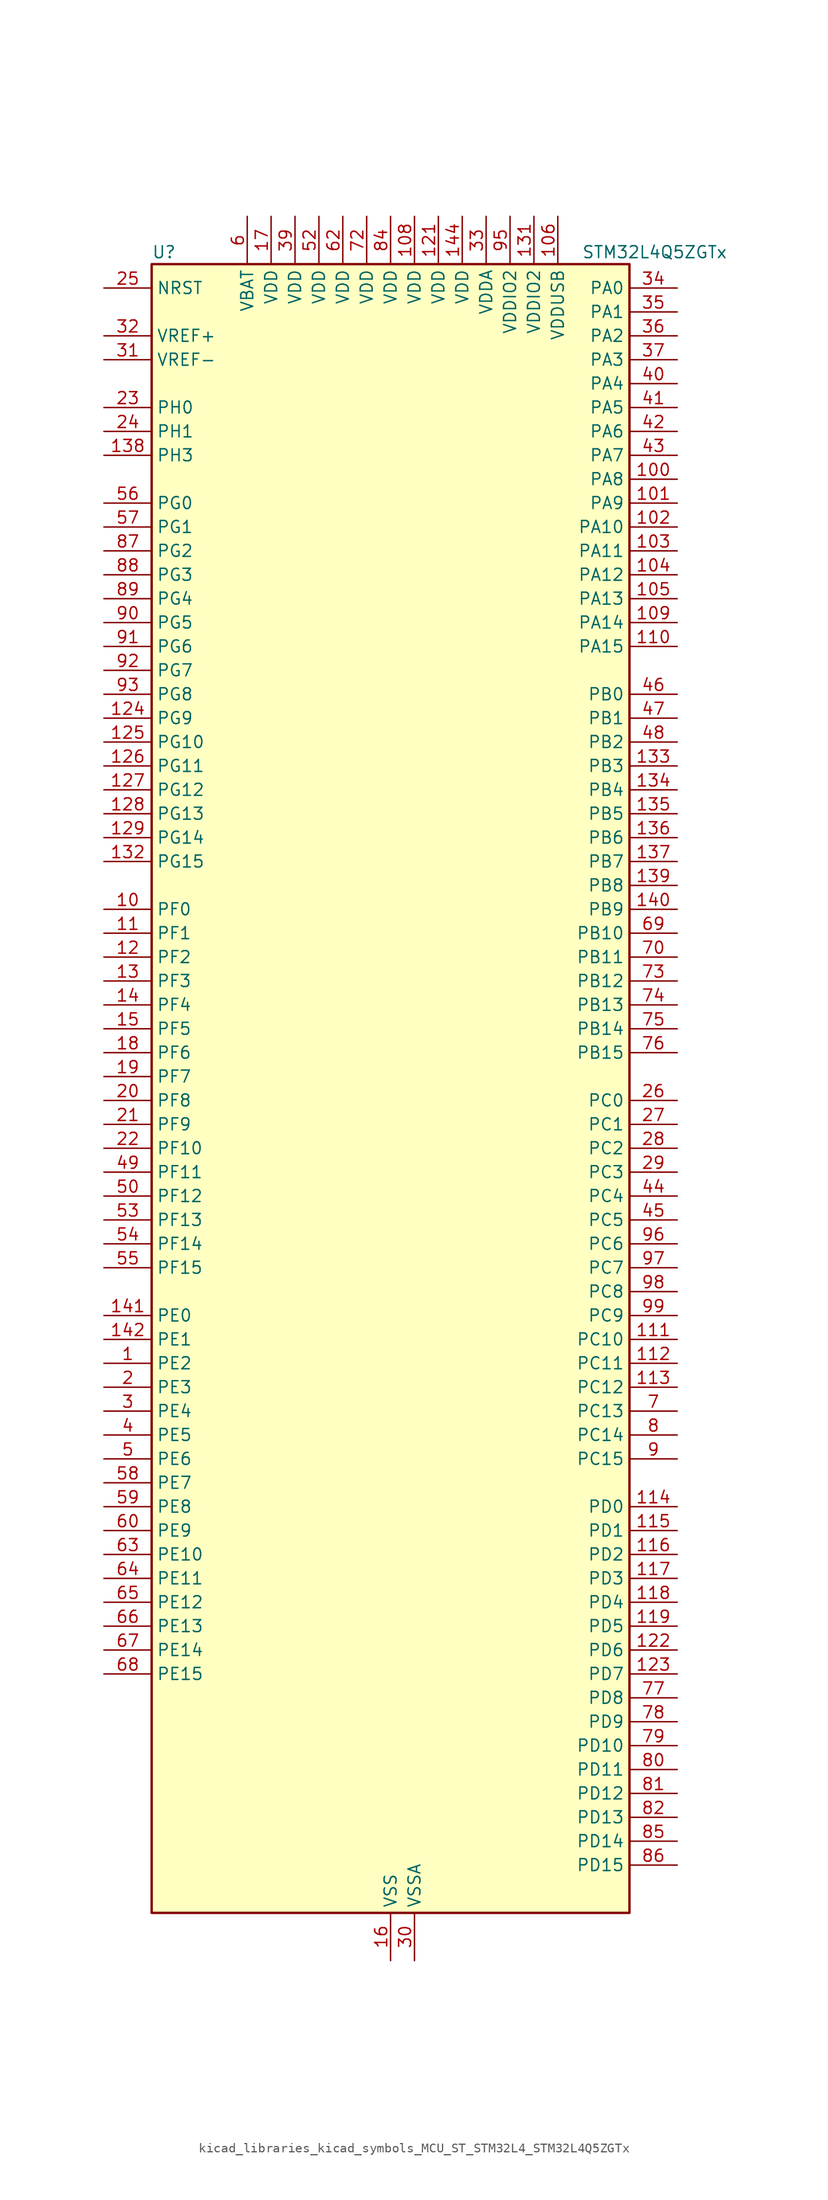
<source format=kicad_sym>
(kicad_symbol_lib
  (version 20220914)
  (generator kicad_symbol_editor)
  (symbol "kicad_libraries_kicad_symbols_MCU_ST_STM32L4_STM32L4Q5ZGTx"
    (property "Reference" "U"
      (at -25.4 90.17 0)
      (effects (font (size 1.27 1.27)) (justify left)))
    (property "Value" "STM32L4Q5ZGTx"
      (at 20.32 90.17 0)
      (effects (font (size 1.27 1.27)) (justify left)))
    (property "ki_locked" ""
      (at 0 0 0)
      (effects (font (size 1.27 1.27))))
    (symbol "kicad_libraries_kicad_symbols_MCU_ST_STM32L4_STM32L4Q5ZGTx_0_1"
      (rectangle (start -25.4 -86.36) (end 25.4 88.9) (stroke (width 0.254) (type default)) (fill (type background))))
    (symbol "kicad_libraries_kicad_symbols_MCU_ST_STM32L4_STM32L4Q5ZGTx_1_1"
      (pin bidirectional line (at -30.48 -27.94 0) (length 5.08) (name "PE2" (effects (font (size 1.27 1.27)))) (number "1" (effects (font (size 1.27 1.27)))) (alternate "FMC_A23" bidirectional line) (alternate "LTDC_R7" bidirectional line) (alternate "SAI1_CK1" bidirectional line) (alternate "SAI1_MCLK_A" bidirectional line) (alternate "SYS_TRACECLK" bidirectional line) (alternate "TIM3_ETR" bidirectional line) (alternate "TSC_G7_IO1" bidirectional line))
      (pin bidirectional line (at -30.48 20.32 0) (length 5.08) (name "PF0" (effects (font (size 1.27 1.27)))) (number "10" (effects (font (size 1.27 1.27)))) (alternate "FMC_A0" bidirectional line) (alternate "I2C2_SDA" bidirectional line) (alternate "OCTOSPIM_P2_IO0" bidirectional line))
      (pin bidirectional line (at 30.48 66.04 180) (length 5.08) (name "PA8" (effects (font (size 1.27 1.27)))) (number "100" (effects (font (size 1.27 1.27)))) (alternate "LPTIM2_OUT" bidirectional line) (alternate "LTDC_B7" bidirectional line) (alternate "RCC_MCO" bidirectional line) (alternate "SAI1_CK2" bidirectional line) (alternate "SAI1_SCK_A" bidirectional line) (alternate "TIM1_CH1" bidirectional line) (alternate "USART1_CK" bidirectional line) (alternate "USB_OTG_FS_SOF" bidirectional line))
      (pin bidirectional line (at 30.48 63.5 180) (length 5.08) (name "PA9" (effects (font (size 1.27 1.27)))) (number "101" (effects (font (size 1.27 1.27)))) (alternate "DAC1_EXTI9" bidirectional line) (alternate "DCMI_D0" bidirectional line) (alternate "LTDC_G7" bidirectional line) (alternate "PSSI_D0" bidirectional line) (alternate "SAI1_FS_A" bidirectional line) (alternate "SPI2_SCK" bidirectional line) (alternate "TIM15_BKIN" bidirectional line) (alternate "TIM1_CH2" bidirectional line) (alternate "USART1_TX" bidirectional line) (alternate "USB_OTG_FS_VBUS" bidirectional line))
      (pin bidirectional line (at 30.48 60.96 180) (length 5.08) (name "PA10" (effects (font (size 1.27 1.27)))) (number "102" (effects (font (size 1.27 1.27)))) (alternate "DCMI_D1" bidirectional line) (alternate "LTDC_G6" bidirectional line) (alternate "PSSI_D1" bidirectional line) (alternate "SAI1_D1" bidirectional line) (alternate "SAI1_SD_A" bidirectional line) (alternate "TIM17_BKIN" bidirectional line) (alternate "TIM1_CH3" bidirectional line) (alternate "USART1_RX" bidirectional line) (alternate "USB_OTG_FS_ID" bidirectional line))
      (pin bidirectional line (at 30.48 58.42 180) (length 5.08) (name "PA11" (effects (font (size 1.27 1.27)))) (number "103" (effects (font (size 1.27 1.27)))) (alternate "ADC1_EXTI11" bidirectional line) (alternate "ADC2_EXTI11" bidirectional line) (alternate "CAN1_RX" bidirectional line) (alternate "LTDC_DE" bidirectional line) (alternate "SPI1_MISO" bidirectional line) (alternate "TIM1_BKIN2" bidirectional line) (alternate "TIM1_CH4" bidirectional line) (alternate "USART1_CTS" bidirectional line) (alternate "USART1_NSS" bidirectional line) (alternate "USB_OTG_FS_DM" bidirectional line))
      (pin bidirectional line (at 30.48 55.88 180) (length 5.08) (name "PA12" (effects (font (size 1.27 1.27)))) (number "104" (effects (font (size 1.27 1.27)))) (alternate "CAN1_TX" bidirectional line) (alternate "LTDC_VSYNC" bidirectional line) (alternate "OCTOSPIM_P2_NCS" bidirectional line) (alternate "SPI1_MOSI" bidirectional line) (alternate "TIM1_ETR" bidirectional line) (alternate "USART1_DE" bidirectional line) (alternate "USART1_RTS" bidirectional line) (alternate "USB_OTG_FS_DP" bidirectional line))
      (pin bidirectional line (at 30.48 53.34 180) (length 5.08) (name "PA13" (effects (font (size 1.27 1.27)))) (number "105" (effects (font (size 1.27 1.27)))) (alternate "IR_OUT" bidirectional line) (alternate "SAI1_SD_B" bidirectional line) (alternate "SYS_JTMS-SWDIO" bidirectional line) (alternate "USB_OTG_FS_NOE" bidirectional line))
      (pin power_in line (at 17.78 93.98 270) (length 5.08) (name "VDDUSB" (effects (font (size 1.27 1.27)))) (number "106" (effects (font (size 1.27 1.27)))))
      (pin passive line (at 0 -91.44 90) (length 5.08) hide (name "VSS" (effects (font (size 1.27 1.27)))) (number "107" (effects (font (size 1.27 1.27)))))
      (pin power_in line (at 2.54 93.98 270) (length 5.08) (name "VDD" (effects (font (size 1.27 1.27)))) (number "108" (effects (font (size 1.27 1.27)))))
      (pin bidirectional line (at 30.48 50.8 180) (length 5.08) (name "PA14" (effects (font (size 1.27 1.27)))) (number "109" (effects (font (size 1.27 1.27)))) (alternate "I2C1_SMBA" bidirectional line) (alternate "I2C4_SMBA" bidirectional line) (alternate "LPTIM1_OUT" bidirectional line) (alternate "SAI1_FS_B" bidirectional line) (alternate "SYS_JTCK-SWCLK" bidirectional line) (alternate "USB_OTG_FS_SOF" bidirectional line))
      (pin bidirectional line (at -30.48 17.78 0) (length 5.08) (name "PF1" (effects (font (size 1.27 1.27)))) (number "11" (effects (font (size 1.27 1.27)))) (alternate "FMC_A1" bidirectional line) (alternate "I2C2_SCL" bidirectional line) (alternate "OCTOSPIM_P2_IO1" bidirectional line))
      (pin bidirectional line (at 30.48 48.26 180) (length 5.08) (name "PA15" (effects (font (size 1.27 1.27)))) (number "110" (effects (font (size 1.27 1.27)))) (alternate "ADC1_EXTI15" bidirectional line) (alternate "ADC2_EXTI15" bidirectional line) (alternate "LTDC_HSYNC" bidirectional line) (alternate "SAI2_FS_B" bidirectional line) (alternate "SPI1_NSS" bidirectional line) (alternate "SPI3_NSS" bidirectional line) (alternate "SYS_JTDI" bidirectional line) (alternate "TIM2_CH1" bidirectional line) (alternate "TIM2_ETR" bidirectional line) (alternate "TSC_G3_IO1" bidirectional line) (alternate "UART4_DE" bidirectional line) (alternate "UART4_RTS" bidirectional line) (alternate "USART2_RX" bidirectional line) (alternate "USART3_DE" bidirectional line) (alternate "USART3_RTS" bidirectional line))
      (pin bidirectional line (at 30.48 -25.4 180) (length 5.08) (name "PC10" (effects (font (size 1.27 1.27)))) (number "111" (effects (font (size 1.27 1.27)))) (alternate "DCMI_D8" bidirectional line) (alternate "DCMI_VSYNC" bidirectional line) (alternate "PSSI_D8" bidirectional line) (alternate "PSSI_RDY" bidirectional line) (alternate "SAI2_SCK_B" bidirectional line) (alternate "SDMMC1_D2" bidirectional line) (alternate "SPI3_SCK" bidirectional line) (alternate "SYS_TRACED1" bidirectional line) (alternate "TSC_G3_IO2" bidirectional line) (alternate "UART4_TX" bidirectional line) (alternate "USART3_TX" bidirectional line))
      (pin bidirectional line (at 30.48 -27.94 180) (length 5.08) (name "PC11" (effects (font (size 1.27 1.27)))) (number "112" (effects (font (size 1.27 1.27)))) (alternate "ADC1_EXTI11" bidirectional line) (alternate "ADC2_EXTI11" bidirectional line) (alternate "DCMI_D2" bidirectional line) (alternate "DCMI_D4" bidirectional line) (alternate "OCTOSPIM_P1_NCS" bidirectional line) (alternate "PSSI_D2" bidirectional line) (alternate "PSSI_D4" bidirectional line) (alternate "SAI2_MCLK_B" bidirectional line) (alternate "SDMMC1_D3" bidirectional line) (alternate "SPI3_MISO" bidirectional line) (alternate "TSC_G3_IO3" bidirectional line) (alternate "UART4_RX" bidirectional line) (alternate "USART3_RX" bidirectional line))
      (pin bidirectional line (at 30.48 -30.48 180) (length 5.08) (name "PC12" (effects (font (size 1.27 1.27)))) (number "113" (effects (font (size 1.27 1.27)))) (alternate "DCMI_D9" bidirectional line) (alternate "LTDC_R6" bidirectional line) (alternate "PSSI_D9" bidirectional line) (alternate "SAI2_SD_B" bidirectional line) (alternate "SDMMC1_CK" bidirectional line) (alternate "SPI3_MOSI" bidirectional line) (alternate "SYS_TRACED3" bidirectional line) (alternate "TSC_G3_IO4" bidirectional line) (alternate "UART5_TX" bidirectional line) (alternate "USART3_CK" bidirectional line))
      (pin bidirectional line (at 30.48 -43.18 180) (length 5.08) (name "PD0" (effects (font (size 1.27 1.27)))) (number "114" (effects (font (size 1.27 1.27)))) (alternate "CAN1_RX" bidirectional line) (alternate "FMC_D2" bidirectional line) (alternate "FMC_DA2" bidirectional line) (alternate "LTDC_B4" bidirectional line) (alternate "SPI2_NSS" bidirectional line))
      (pin bidirectional line (at 30.48 -45.72 180) (length 5.08) (name "PD1" (effects (font (size 1.27 1.27)))) (number "115" (effects (font (size 1.27 1.27)))) (alternate "CAN1_TX" bidirectional line) (alternate "FMC_D3" bidirectional line) (alternate "FMC_DA3" bidirectional line) (alternate "LTDC_B5" bidirectional line) (alternate "SPI2_SCK" bidirectional line))
      (pin bidirectional line (at 30.48 -48.26 180) (length 5.08) (name "PD2" (effects (font (size 1.27 1.27)))) (number "116" (effects (font (size 1.27 1.27)))) (alternate "DCMI_D11" bidirectional line) (alternate "PSSI_D11" bidirectional line) (alternate "SDMMC1_CMD" bidirectional line) (alternate "SYS_TRACED2" bidirectional line) (alternate "TIM3_ETR" bidirectional line) (alternate "TSC_SYNC" bidirectional line) (alternate "UART5_RX" bidirectional line) (alternate "USART3_DE" bidirectional line) (alternate "USART3_RTS" bidirectional line))
      (pin bidirectional line (at 30.48 -50.8 180) (length 5.08) (name "PD3" (effects (font (size 1.27 1.27)))) (number "117" (effects (font (size 1.27 1.27)))) (alternate "DCMI_D5" bidirectional line) (alternate "DFSDM1_DATIN0" bidirectional line) (alternate "FMC_CLK" bidirectional line) (alternate "LTDC_CLK" bidirectional line) (alternate "OCTOSPIM_P2_NCS" bidirectional line) (alternate "PSSI_D5" bidirectional line) (alternate "SPI2_MISO" bidirectional line) (alternate "SPI2_SCK" bidirectional line) (alternate "USART2_CTS" bidirectional line) (alternate "USART2_NSS" bidirectional line))
      (pin bidirectional line (at 30.48 -53.34 180) (length 5.08) (name "PD4" (effects (font (size 1.27 1.27)))) (number "118" (effects (font (size 1.27 1.27)))) (alternate "DFSDM1_CKIN0" bidirectional line) (alternate "FMC_NOE" bidirectional line) (alternate "OCTOSPIM_P1_IO4" bidirectional line) (alternate "SDMMC2_CKIN" bidirectional line) (alternate "SPI2_MOSI" bidirectional line) (alternate "USART2_DE" bidirectional line) (alternate "USART2_RTS" bidirectional line))
      (pin bidirectional line (at 30.48 -55.88 180) (length 5.08) (name "PD5" (effects (font (size 1.27 1.27)))) (number "119" (effects (font (size 1.27 1.27)))) (alternate "FMC_NWE" bidirectional line) (alternate "OCTOSPIM_P1_IO5" bidirectional line) (alternate "USART2_TX" bidirectional line))
      (pin bidirectional line (at -30.48 15.24 0) (length 5.08) (name "PF2" (effects (font (size 1.27 1.27)))) (number "12" (effects (font (size 1.27 1.27)))) (alternate "FMC_A2" bidirectional line) (alternate "I2C2_SMBA" bidirectional line) (alternate "OCTOSPIM_P2_IO2" bidirectional line))
      (pin passive line (at 0 -91.44 90) (length 5.08) hide (name "VSS" (effects (font (size 1.27 1.27)))) (number "120" (effects (font (size 1.27 1.27)))))
      (pin power_in line (at 5.08 93.98 270) (length 5.08) (name "VDD" (effects (font (size 1.27 1.27)))) (number "121" (effects (font (size 1.27 1.27)))))
      (pin bidirectional line (at 30.48 -58.42 180) (length 5.08) (name "PD6" (effects (font (size 1.27 1.27)))) (number "122" (effects (font (size 1.27 1.27)))) (alternate "DCMI_D10" bidirectional line) (alternate "DFSDM1_DATIN1" bidirectional line) (alternate "FMC_NWAIT" bidirectional line) (alternate "LTDC_DE" bidirectional line) (alternate "OCTOSPIM_P1_IO6" bidirectional line) (alternate "PSSI_D10" bidirectional line) (alternate "SAI1_D1" bidirectional line) (alternate "SAI1_SD_A" bidirectional line) (alternate "SDMMC2_CK" bidirectional line) (alternate "SPI3_MOSI" bidirectional line) (alternate "USART2_RX" bidirectional line))
      (pin bidirectional line (at 30.48 -60.96 180) (length 5.08) (name "PD7" (effects (font (size 1.27 1.27)))) (number "123" (effects (font (size 1.27 1.27)))) (alternate "DFSDM1_CKIN1" bidirectional line) (alternate "FMC_NCE" bidirectional line) (alternate "FMC_NE1" bidirectional line) (alternate "OCTOSPIM_P1_IO7" bidirectional line) (alternate "SDMMC2_CMD" bidirectional line) (alternate "USART2_CK" bidirectional line))
      (pin bidirectional line (at -30.48 40.64 0) (length 5.08) (name "PG9" (effects (font (size 1.27 1.27)))) (number "124" (effects (font (size 1.27 1.27)))) (alternate "DAC1_EXTI9" bidirectional line) (alternate "FMC_NCE" bidirectional line) (alternate "FMC_NE2" bidirectional line) (alternate "OCTOSPIM_P2_IO6" bidirectional line) (alternate "SAI2_SCK_A" bidirectional line) (alternate "SDMMC2_D0" bidirectional line) (alternate "SPI3_SCK" bidirectional line) (alternate "TIM15_CH1N" bidirectional line) (alternate "USART1_TX" bidirectional line))
      (pin bidirectional line (at -30.48 38.1 0) (length 5.08) (name "PG10" (effects (font (size 1.27 1.27)))) (number "125" (effects (font (size 1.27 1.27)))) (alternate "FMC_NE3" bidirectional line) (alternate "LPTIM1_IN1" bidirectional line) (alternate "OCTOSPIM_P2_IO7" bidirectional line) (alternate "SAI2_FS_A" bidirectional line) (alternate "SDMMC2_D1" bidirectional line) (alternate "SPI3_MISO" bidirectional line) (alternate "TIM15_CH1" bidirectional line) (alternate "USART1_RX" bidirectional line))
      (pin bidirectional line (at -30.48 35.56 0) (length 5.08) (name "PG11" (effects (font (size 1.27 1.27)))) (number "126" (effects (font (size 1.27 1.27)))) (alternate "ADC1_EXTI11" bidirectional line) (alternate "ADC2_EXTI11" bidirectional line) (alternate "LPTIM1_IN2" bidirectional line) (alternate "OCTOSPIM_P1_IO5" bidirectional line) (alternate "SAI2_MCLK_A" bidirectional line) (alternate "SDMMC2_D2" bidirectional line) (alternate "SPI3_MOSI" bidirectional line) (alternate "TIM15_CH2" bidirectional line) (alternate "USART1_CTS" bidirectional line) (alternate "USART1_NSS" bidirectional line))
      (pin bidirectional line (at -30.48 33.02 0) (length 5.08) (name "PG12" (effects (font (size 1.27 1.27)))) (number "127" (effects (font (size 1.27 1.27)))) (alternate "FMC_NE4" bidirectional line) (alternate "LPTIM1_ETR" bidirectional line) (alternate "OCTOSPIM_P2_NCS" bidirectional line) (alternate "SAI2_SD_A" bidirectional line) (alternate "SDMMC2_D3" bidirectional line) (alternate "SPI3_NSS" bidirectional line) (alternate "USART1_DE" bidirectional line) (alternate "USART1_RTS" bidirectional line))
      (pin bidirectional line (at -30.48 30.48 0) (length 5.08) (name "PG13" (effects (font (size 1.27 1.27)))) (number "128" (effects (font (size 1.27 1.27)))) (alternate "FMC_A24" bidirectional line) (alternate "I2C1_SDA" bidirectional line) (alternate "LTDC_R0" bidirectional line) (alternate "USART1_CK" bidirectional line))
      (pin bidirectional line (at -30.48 27.94 0) (length 5.08) (name "PG14" (effects (font (size 1.27 1.27)))) (number "129" (effects (font (size 1.27 1.27)))) (alternate "FMC_A25" bidirectional line) (alternate "I2C1_SCL" bidirectional line) (alternate "LTDC_R1" bidirectional line))
      (pin bidirectional line (at -30.48 12.7 0) (length 5.08) (name "PF3" (effects (font (size 1.27 1.27)))) (number "13" (effects (font (size 1.27 1.27)))) (alternate "FMC_A3" bidirectional line) (alternate "OCTOSPIM_P2_IO3" bidirectional line))
      (pin passive line (at 0 -91.44 90) (length 5.08) hide (name "VSS" (effects (font (size 1.27 1.27)))) (number "130" (effects (font (size 1.27 1.27)))))
      (pin power_in line (at 15.24 93.98 270) (length 5.08) (name "VDDIO2" (effects (font (size 1.27 1.27)))) (number "131" (effects (font (size 1.27 1.27)))))
      (pin bidirectional line (at -30.48 25.4 0) (length 5.08) (name "PG15" (effects (font (size 1.27 1.27)))) (number "132" (effects (font (size 1.27 1.27)))) (alternate "ADC1_EXTI15" bidirectional line) (alternate "ADC2_EXTI15" bidirectional line) (alternate "DCMI_D13" bidirectional line) (alternate "I2C1_SMBA" bidirectional line) (alternate "LPTIM1_OUT" bidirectional line) (alternate "OCTOSPIM_P2_DQS" bidirectional line) (alternate "PSSI_D13" bidirectional line))
      (pin bidirectional line (at 30.48 35.56 180) (length 5.08) (name "PB3" (effects (font (size 1.27 1.27)))) (number "133" (effects (font (size 1.27 1.27)))) (alternate "COMP2_INM" bidirectional line) (alternate "CRS_SYNC" bidirectional line) (alternate "OCTOSPIM_P1_IO4" bidirectional line) (alternate "SAI1_SCK_B" bidirectional line) (alternate "SDMMC2_D2" bidirectional line) (alternate "SPI1_SCK" bidirectional line) (alternate "SPI3_SCK" bidirectional line) (alternate "SYS_JTDO-SWO" bidirectional line) (alternate "TIM2_CH2" bidirectional line) (alternate "USART1_DE" bidirectional line) (alternate "USART1_RTS" bidirectional line))
      (pin bidirectional line (at 30.48 33.02 180) (length 5.08) (name "PB4" (effects (font (size 1.27 1.27)))) (number "134" (effects (font (size 1.27 1.27)))) (alternate "COMP2_INP" bidirectional line) (alternate "DCMI_D12" bidirectional line) (alternate "I2C3_SDA" bidirectional line) (alternate "OCTOSPIM_P1_IO5" bidirectional line) (alternate "PSSI_D12" bidirectional line) (alternate "SAI1_MCLK_B" bidirectional line) (alternate "SDMMC2_D3" bidirectional line) (alternate "SPI1_MISO" bidirectional line) (alternate "SPI3_MISO" bidirectional line) (alternate "SYS_JTRST" bidirectional line) (alternate "TIM17_BKIN" bidirectional line) (alternate "TIM3_CH1" bidirectional line) (alternate "TSC_G2_IO1" bidirectional line) (alternate "UART5_DE" bidirectional line) (alternate "UART5_RTS" bidirectional line) (alternate "USART1_CTS" bidirectional line) (alternate "USART1_NSS" bidirectional line))
      (pin bidirectional line (at 30.48 30.48 180) (length 5.08) (name "PB5" (effects (font (size 1.27 1.27)))) (number "135" (effects (font (size 1.27 1.27)))) (alternate "COMP2_OUT" bidirectional line) (alternate "DCMI_D10" bidirectional line) (alternate "I2C1_SMBA" bidirectional line) (alternate "LPTIM1_IN1" bidirectional line) (alternate "OCTOSPIM_P1_IO0" bidirectional line) (alternate "PSSI_D10" bidirectional line) (alternate "SAI1_SD_B" bidirectional line) (alternate "SPI1_MOSI" bidirectional line) (alternate "SPI3_MOSI" bidirectional line) (alternate "TIM16_BKIN" bidirectional line) (alternate "TIM3_CH2" bidirectional line) (alternate "TSC_G2_IO2" bidirectional line) (alternate "UART5_CTS" bidirectional line) (alternate "USART1_CK" bidirectional line))
      (pin bidirectional line (at 30.48 27.94 180) (length 5.08) (name "PB6" (effects (font (size 1.27 1.27)))) (number "136" (effects (font (size 1.27 1.27)))) (alternate "COMP2_INP" bidirectional line) (alternate "DCMI_D5" bidirectional line) (alternate "I2C1_SCL" bidirectional line) (alternate "I2C4_SCL" bidirectional line) (alternate "LPTIM1_ETR" bidirectional line) (alternate "LTDC_R6" bidirectional line) (alternate "PSSI_D5" bidirectional line) (alternate "SAI1_FS_B" bidirectional line) (alternate "TIM16_CH1N" bidirectional line) (alternate "TIM4_CH1" bidirectional line) (alternate "TIM8_BKIN2" bidirectional line) (alternate "TSC_G2_IO3" bidirectional line) (alternate "USART1_TX" bidirectional line))
      (pin bidirectional line (at 30.48 25.4 180) (length 5.08) (name "PB7" (effects (font (size 1.27 1.27)))) (number "137" (effects (font (size 1.27 1.27)))) (alternate "COMP2_INM" bidirectional line) (alternate "DCMI_VSYNC" bidirectional line) (alternate "FMC_NL" bidirectional line) (alternate "I2C1_SDA" bidirectional line) (alternate "I2C4_SDA" bidirectional line) (alternate "LPTIM1_IN2" bidirectional line) (alternate "LTDC_VSYNC" bidirectional line) (alternate "PSSI_RDY" bidirectional line) (alternate "SYS_PVD_IN" bidirectional line) (alternate "TIM17_CH1N" bidirectional line) (alternate "TIM4_CH2" bidirectional line) (alternate "TIM8_BKIN" bidirectional line) (alternate "TSC_G2_IO4" bidirectional line) (alternate "UART4_CTS" bidirectional line) (alternate "USART1_RX" bidirectional line))
      (pin bidirectional line (at -30.48 68.58 0) (length 5.08) (name "PH3" (effects (font (size 1.27 1.27)))) (number "138" (effects (font (size 1.27 1.27)))))
      (pin bidirectional line (at 30.48 22.86 180) (length 5.08) (name "PB8" (effects (font (size 1.27 1.27)))) (number "139" (effects (font (size 1.27 1.27)))) (alternate "CAN1_RX" bidirectional line) (alternate "DCMI_D6" bidirectional line) (alternate "DFSDM1_CKOUT" bidirectional line) (alternate "I2C1_SCL" bidirectional line) (alternate "LTDC_DE" bidirectional line) (alternate "PSSI_D6" bidirectional line) (alternate "SAI1_CK1" bidirectional line) (alternate "SAI1_MCLK_A" bidirectional line) (alternate "SDMMC1_CKIN" bidirectional line) (alternate "SDMMC1_D4" bidirectional line) (alternate "SDMMC2_D4" bidirectional line) (alternate "TIM16_CH1" bidirectional line) (alternate "TIM4_CH3" bidirectional line))
      (pin bidirectional line (at -30.48 10.16 0) (length 5.08) (name "PF4" (effects (font (size 1.27 1.27)))) (number "14" (effects (font (size 1.27 1.27)))) (alternate "FMC_A4" bidirectional line) (alternate "OCTOSPIM_P2_CLK" bidirectional line))
      (pin bidirectional line (at 30.48 20.32 180) (length 5.08) (name "PB9" (effects (font (size 1.27 1.27)))) (number "140" (effects (font (size 1.27 1.27)))) (alternate "CAN1_TX" bidirectional line) (alternate "DAC1_EXTI9" bidirectional line) (alternate "DCMI_D7" bidirectional line) (alternate "I2C1_SDA" bidirectional line) (alternate "IR_OUT" bidirectional line) (alternate "PSSI_D7" bidirectional line) (alternate "SAI1_D2" bidirectional line) (alternate "SAI1_FS_A" bidirectional line) (alternate "SDMMC1_CDIR" bidirectional line) (alternate "SDMMC1_D5" bidirectional line) (alternate "SDMMC2_D5" bidirectional line) (alternate "SPI2_NSS" bidirectional line) (alternate "TIM17_CH1" bidirectional line) (alternate "TIM4_CH4" bidirectional line))
      (pin bidirectional line (at -30.48 -22.86 0) (length 5.08) (name "PE0" (effects (font (size 1.27 1.27)))) (number "141" (effects (font (size 1.27 1.27)))) (alternate "DCMI_D2" bidirectional line) (alternate "FMC_NBL0" bidirectional line) (alternate "LTDC_HSYNC" bidirectional line) (alternate "PSSI_D2" bidirectional line) (alternate "TIM16_CH1" bidirectional line) (alternate "TIM4_ETR" bidirectional line))
      (pin bidirectional line (at -30.48 -25.4 0) (length 5.08) (name "PE1" (effects (font (size 1.27 1.27)))) (number "142" (effects (font (size 1.27 1.27)))) (alternate "DCMI_D3" bidirectional line) (alternate "FMC_NBL1" bidirectional line) (alternate "LTDC_VSYNC" bidirectional line) (alternate "PSSI_D3" bidirectional line) (alternate "TIM17_CH1" bidirectional line))
      (pin passive line (at 0 -91.44 90) (length 5.08) hide (name "VSS" (effects (font (size 1.27 1.27)))) (number "143" (effects (font (size 1.27 1.27)))))
      (pin power_in line (at 7.62 93.98 270) (length 5.08) (name "VDD" (effects (font (size 1.27 1.27)))) (number "144" (effects (font (size 1.27 1.27)))))
      (pin bidirectional line (at -30.48 7.62 0) (length 5.08) (name "PF5" (effects (font (size 1.27 1.27)))) (number "15" (effects (font (size 1.27 1.27)))) (alternate "FMC_A5" bidirectional line) (alternate "OCTOSPIM_P2_NCLK" bidirectional line))
      (pin power_in line (at 0 -91.44 90) (length 5.08) (name "VSS" (effects (font (size 1.27 1.27)))) (number "16" (effects (font (size 1.27 1.27)))))
      (pin power_in line (at -12.7 93.98 270) (length 5.08) (name "VDD" (effects (font (size 1.27 1.27)))) (number "17" (effects (font (size 1.27 1.27)))))
      (pin bidirectional line (at -30.48 5.08 0) (length 5.08) (name "PF6" (effects (font (size 1.27 1.27)))) (number "18" (effects (font (size 1.27 1.27)))) (alternate "OCTOSPIM_P1_IO3" bidirectional line) (alternate "SAI1_SD_B" bidirectional line) (alternate "TIM5_CH1" bidirectional line) (alternate "TIM5_ETR" bidirectional line))
      (pin bidirectional line (at -30.48 2.54 0) (length 5.08) (name "PF7" (effects (font (size 1.27 1.27)))) (number "19" (effects (font (size 1.27 1.27)))) (alternate "OCTOSPIM_P1_IO2" bidirectional line) (alternate "SAI1_MCLK_B" bidirectional line) (alternate "TIM5_CH2" bidirectional line))
      (pin bidirectional line (at -30.48 -30.48 0) (length 5.08) (name "PE3" (effects (font (size 1.27 1.27)))) (number "2" (effects (font (size 1.27 1.27)))) (alternate "FMC_A19" bidirectional line) (alternate "LTDC_R6" bidirectional line) (alternate "OCTOSPIM_P1_DQS" bidirectional line) (alternate "SAI1_SD_B" bidirectional line) (alternate "SYS_TRACED0" bidirectional line) (alternate "TIM3_CH1" bidirectional line) (alternate "TSC_G7_IO2" bidirectional line))
      (pin bidirectional line (at -30.48 0 0) (length 5.08) (name "PF8" (effects (font (size 1.27 1.27)))) (number "20" (effects (font (size 1.27 1.27)))) (alternate "OCTOSPIM_P1_IO0" bidirectional line) (alternate "SAI1_SCK_B" bidirectional line) (alternate "TIM5_CH3" bidirectional line))
      (pin bidirectional line (at -30.48 -2.54 0) (length 5.08) (name "PF9" (effects (font (size 1.27 1.27)))) (number "21" (effects (font (size 1.27 1.27)))) (alternate "DAC1_EXTI9" bidirectional line) (alternate "OCTOSPIM_P1_IO1" bidirectional line) (alternate "SAI1_FS_B" bidirectional line) (alternate "TIM15_CH1" bidirectional line) (alternate "TIM5_CH4" bidirectional line))
      (pin bidirectional line (at -30.48 -5.08 0) (length 5.08) (name "PF10" (effects (font (size 1.27 1.27)))) (number "22" (effects (font (size 1.27 1.27)))) (alternate "DCMI_D11" bidirectional line) (alternate "DFSDM1_CKOUT" bidirectional line) (alternate "OCTOSPIM_P1_CLK" bidirectional line) (alternate "PSSI_D11" bidirectional line) (alternate "PSSI_D15" bidirectional line) (alternate "SAI1_D3" bidirectional line) (alternate "TIM15_CH2" bidirectional line))
      (pin bidirectional line (at -30.48 73.66 0) (length 5.08) (name "PH0" (effects (font (size 1.27 1.27)))) (number "23" (effects (font (size 1.27 1.27)))) (alternate "RCC_OSC_IN" bidirectional line))
      (pin bidirectional line (at -30.48 71.12 0) (length 5.08) (name "PH1" (effects (font (size 1.27 1.27)))) (number "24" (effects (font (size 1.27 1.27)))) (alternate "RCC_OSC_OUT" bidirectional line))
      (pin input line (at -30.48 86.36 0) (length 5.08) (name "NRST" (effects (font (size 1.27 1.27)))) (number "25" (effects (font (size 1.27 1.27)))))
      (pin bidirectional line (at 30.48 0 180) (length 5.08) (name "PC0" (effects (font (size 1.27 1.27)))) (number "26" (effects (font (size 1.27 1.27)))) (alternate "ADC1_IN1" bidirectional line) (alternate "ADC2_IN1" bidirectional line) (alternate "I2C3_SCL" bidirectional line) (alternate "LPTIM1_IN1" bidirectional line) (alternate "LPTIM2_IN1" bidirectional line) (alternate "LPUART1_RX" bidirectional line) (alternate "LTDC_DE" bidirectional line) (alternate "SAI2_FS_A" bidirectional line) (alternate "SDMMC1_CMD" bidirectional line) (alternate "SDMMC2_CKIN" bidirectional line))
      (pin bidirectional line (at 30.48 -2.54 180) (length 5.08) (name "PC1" (effects (font (size 1.27 1.27)))) (number "27" (effects (font (size 1.27 1.27)))) (alternate "ADC1_IN2" bidirectional line) (alternate "ADC2_IN2" bidirectional line) (alternate "I2C3_SDA" bidirectional line) (alternate "LPTIM1_OUT" bidirectional line) (alternate "LPUART1_TX" bidirectional line) (alternate "OCTOSPIM_P1_IO4" bidirectional line) (alternate "SAI1_SD_A" bidirectional line) (alternate "SPI2_MOSI" bidirectional line) (alternate "SYS_TRACED0" bidirectional line))
      (pin bidirectional line (at 30.48 -5.08 180) (length 5.08) (name "PC2" (effects (font (size 1.27 1.27)))) (number "28" (effects (font (size 1.27 1.27)))) (alternate "ADC1_IN3" bidirectional line) (alternate "ADC2_IN3" bidirectional line) (alternate "DFSDM1_CKOUT" bidirectional line) (alternate "LPTIM1_IN2" bidirectional line) (alternate "LTDC_HSYNC" bidirectional line) (alternate "OCTOSPIM_P1_IO5" bidirectional line) (alternate "SPI2_MISO" bidirectional line))
      (pin bidirectional line (at 30.48 -7.62 180) (length 5.08) (name "PC3" (effects (font (size 1.27 1.27)))) (number "29" (effects (font (size 1.27 1.27)))) (alternate "ADC1_IN4" bidirectional line) (alternate "ADC2_IN4" bidirectional line) (alternate "LPTIM1_ETR" bidirectional line) (alternate "LPTIM2_ETR" bidirectional line) (alternate "OCTOSPIM_P1_IO6" bidirectional line) (alternate "SAI1_D1" bidirectional line) (alternate "SAI1_SD_A" bidirectional line) (alternate "SPI2_MOSI" bidirectional line))
      (pin bidirectional line (at -30.48 -33.02 0) (length 5.08) (name "PE4" (effects (font (size 1.27 1.27)))) (number "3" (effects (font (size 1.27 1.27)))) (alternate "DCMI_D4" bidirectional line) (alternate "DFSDM1_DATIN3" bidirectional line) (alternate "FMC_A20" bidirectional line) (alternate "LTDC_B7" bidirectional line) (alternate "PSSI_D4" bidirectional line) (alternate "SAI1_D2" bidirectional line) (alternate "SAI1_FS_A" bidirectional line) (alternate "SYS_TRACED1" bidirectional line) (alternate "TIM3_CH2" bidirectional line) (alternate "TSC_G7_IO3" bidirectional line))
      (pin power_in line (at 2.54 -91.44 90) (length 5.08) (name "VSSA" (effects (font (size 1.27 1.27)))) (number "30" (effects (font (size 1.27 1.27)))))
      (pin input line (at -30.48 78.74 0) (length 5.08) (name "VREF-" (effects (font (size 1.27 1.27)))) (number "31" (effects (font (size 1.27 1.27)))))
      (pin input line (at -30.48 81.28 0) (length 5.08) (name "VREF+" (effects (font (size 1.27 1.27)))) (number "32" (effects (font (size 1.27 1.27)))) (alternate "VREFBUF_OUT" bidirectional line))
      (pin power_in line (at 10.16 93.98 270) (length 5.08) (name "VDDA" (effects (font (size 1.27 1.27)))) (number "33" (effects (font (size 1.27 1.27)))))
      (pin bidirectional line (at 30.48 86.36 180) (length 5.08) (name "PA0" (effects (font (size 1.27 1.27)))) (number "34" (effects (font (size 1.27 1.27)))) (alternate "ADC1_IN5" bidirectional line) (alternate "ADC2_IN5" bidirectional line) (alternate "OPAMP1_VINP" bidirectional line) (alternate "RTC_TAMP2" bidirectional line) (alternate "SAI1_EXTCLK" bidirectional line) (alternate "SYS_WKUP1" bidirectional line) (alternate "TIM2_CH1" bidirectional line) (alternate "TIM2_ETR" bidirectional line) (alternate "TIM5_CH1" bidirectional line) (alternate "TIM8_ETR" bidirectional line) (alternate "UART4_TX" bidirectional line) (alternate "USART2_CTS" bidirectional line) (alternate "USART2_NSS" bidirectional line))
      (pin bidirectional line (at 30.48 83.82 180) (length 5.08) (name "PA1" (effects (font (size 1.27 1.27)))) (number "35" (effects (font (size 1.27 1.27)))) (alternate "ADC1_IN6" bidirectional line) (alternate "ADC2_IN6" bidirectional line) (alternate "I2C1_SMBA" bidirectional line) (alternate "OCTOSPIM_P1_DQS" bidirectional line) (alternate "OPAMP1_VINM" bidirectional line) (alternate "SDMMC2_CMD" bidirectional line) (alternate "SPI1_SCK" bidirectional line) (alternate "TIM15_CH1N" bidirectional line) (alternate "TIM2_CH2" bidirectional line) (alternate "TIM5_CH2" bidirectional line) (alternate "UART4_RX" bidirectional line) (alternate "USART2_DE" bidirectional line) (alternate "USART2_RTS" bidirectional line))
      (pin bidirectional line (at 30.48 81.28 180) (length 5.08) (name "PA2" (effects (font (size 1.27 1.27)))) (number "36" (effects (font (size 1.27 1.27)))) (alternate "ADC1_IN7" bidirectional line) (alternate "ADC2_IN7" bidirectional line) (alternate "LPUART1_TX" bidirectional line) (alternate "OCTOSPIM_P1_NCS" bidirectional line) (alternate "RCC_LSCO" bidirectional line) (alternate "SAI2_EXTCLK" bidirectional line) (alternate "SYS_WKUP4" bidirectional line) (alternate "TIM15_CH1" bidirectional line) (alternate "TIM2_CH3" bidirectional line) (alternate "TIM5_CH3" bidirectional line) (alternate "USART2_TX" bidirectional line))
      (pin bidirectional line (at 30.48 78.74 180) (length 5.08) (name "PA3" (effects (font (size 1.27 1.27)))) (number "37" (effects (font (size 1.27 1.27)))) (alternate "ADC1_IN8" bidirectional line) (alternate "ADC2_IN8" bidirectional line) (alternate "LPUART1_RX" bidirectional line) (alternate "OCTOSPIM_P1_CLK" bidirectional line) (alternate "OPAMP1_VOUT" bidirectional line) (alternate "SAI1_CK1" bidirectional line) (alternate "SAI1_MCLK_A" bidirectional line) (alternate "TIM15_CH2" bidirectional line) (alternate "TIM2_CH4" bidirectional line) (alternate "TIM5_CH4" bidirectional line) (alternate "USART2_RX" bidirectional line))
      (pin passive line (at 0 -91.44 90) (length 5.08) hide (name "VSS" (effects (font (size 1.27 1.27)))) (number "38" (effects (font (size 1.27 1.27)))))
      (pin power_in line (at -10.16 93.98 270) (length 5.08) (name "VDD" (effects (font (size 1.27 1.27)))) (number "39" (effects (font (size 1.27 1.27)))))
      (pin bidirectional line (at -30.48 -35.56 0) (length 5.08) (name "PE5" (effects (font (size 1.27 1.27)))) (number "4" (effects (font (size 1.27 1.27)))) (alternate "DCMI_D6" bidirectional line) (alternate "DFSDM1_CKIN3" bidirectional line) (alternate "FMC_A21" bidirectional line) (alternate "LTDC_G7" bidirectional line) (alternate "PSSI_D6" bidirectional line) (alternate "SAI1_CK2" bidirectional line) (alternate "SAI1_SCK_A" bidirectional line) (alternate "SYS_TRACED2" bidirectional line) (alternate "TIM3_CH3" bidirectional line) (alternate "TSC_G7_IO4" bidirectional line))
      (pin bidirectional line (at 30.48 76.2 180) (length 5.08) (name "PA4" (effects (font (size 1.27 1.27)))) (number "40" (effects (font (size 1.27 1.27)))) (alternate "ADC1_IN9" bidirectional line) (alternate "ADC2_IN9" bidirectional line) (alternate "DAC1_OUT1" bidirectional line) (alternate "DCMI_HSYNC" bidirectional line) (alternate "LPTIM2_OUT" bidirectional line) (alternate "LTDC_CLK" bidirectional line) (alternate "OCTOSPIM_P1_NCS" bidirectional line) (alternate "PSSI_DE" bidirectional line) (alternate "SAI1_FS_B" bidirectional line) (alternate "SPI1_NSS" bidirectional line) (alternate "SPI3_NSS" bidirectional line) (alternate "USART2_CK" bidirectional line))
      (pin bidirectional line (at 30.48 73.66 180) (length 5.08) (name "PA5" (effects (font (size 1.27 1.27)))) (number "41" (effects (font (size 1.27 1.27)))) (alternate "ADC1_IN10" bidirectional line) (alternate "ADC2_IN10" bidirectional line) (alternate "DAC1_OUT2" bidirectional line) (alternate "LPTIM2_ETR" bidirectional line) (alternate "LTDC_R7" bidirectional line) (alternate "PSSI_D14" bidirectional line) (alternate "SPI1_SCK" bidirectional line) (alternate "TIM2_CH1" bidirectional line) (alternate "TIM2_ETR" bidirectional line) (alternate "TIM8_CH1N" bidirectional line))
      (pin bidirectional line (at 30.48 71.12 180) (length 5.08) (name "PA6" (effects (font (size 1.27 1.27)))) (number "42" (effects (font (size 1.27 1.27)))) (alternate "ADC1_IN11" bidirectional line) (alternate "ADC2_IN11" bidirectional line) (alternate "DCMI_PIXCLK" bidirectional line) (alternate "LPUART1_CTS" bidirectional line) (alternate "OCTOSPIM_P1_IO3" bidirectional line) (alternate "OPAMP2_VINP" bidirectional line) (alternate "PSSI_PDCK" bidirectional line) (alternate "SPI1_MISO" bidirectional line) (alternate "TIM16_CH1" bidirectional line) (alternate "TIM1_BKIN" bidirectional line) (alternate "TIM3_CH1" bidirectional line) (alternate "TIM8_BKIN" bidirectional line) (alternate "USART3_CTS" bidirectional line) (alternate "USART3_NSS" bidirectional line))
      (pin bidirectional line (at 30.48 68.58 180) (length 5.08) (name "PA7" (effects (font (size 1.27 1.27)))) (number "43" (effects (font (size 1.27 1.27)))) (alternate "ADC1_IN12" bidirectional line) (alternate "ADC2_IN12" bidirectional line) (alternate "I2C3_SCL" bidirectional line) (alternate "OCTOSPIM_P1_IO2" bidirectional line) (alternate "OPAMP2_VINM" bidirectional line) (alternate "SPI1_MOSI" bidirectional line) (alternate "TIM17_CH1" bidirectional line) (alternate "TIM1_CH1N" bidirectional line) (alternate "TIM3_CH2" bidirectional line) (alternate "TIM8_CH1N" bidirectional line))
      (pin bidirectional line (at 30.48 -10.16 180) (length 5.08) (name "PC4" (effects (font (size 1.27 1.27)))) (number "44" (effects (font (size 1.27 1.27)))) (alternate "ADC1_IN13" bidirectional line) (alternate "ADC2_IN13" bidirectional line) (alternate "COMP1_INM" bidirectional line) (alternate "OCTOSPIM_P1_IO7" bidirectional line) (alternate "OCTOSPIM_P2_NCS" bidirectional line) (alternate "USART3_TX" bidirectional line))
      (pin bidirectional line (at 30.48 -12.7 180) (length 5.08) (name "PC5" (effects (font (size 1.27 1.27)))) (number "45" (effects (font (size 1.27 1.27)))) (alternate "ADC1_IN14" bidirectional line) (alternate "ADC2_IN14" bidirectional line) (alternate "COMP1_INP" bidirectional line) (alternate "LTDC_CLK" bidirectional line) (alternate "PSSI_D15" bidirectional line) (alternate "SAI1_D3" bidirectional line) (alternate "SYS_WKUP5" bidirectional line) (alternate "USART3_RX" bidirectional line))
      (pin bidirectional line (at 30.48 43.18 180) (length 5.08) (name "PB0" (effects (font (size 1.27 1.27)))) (number "46" (effects (font (size 1.27 1.27)))) (alternate "ADC1_IN15" bidirectional line) (alternate "ADC2_IN15" bidirectional line) (alternate "COMP1_OUT" bidirectional line) (alternate "LTDC_B6" bidirectional line) (alternate "OCTOSPIM_P1_IO1" bidirectional line) (alternate "OPAMP2_VOUT" bidirectional line) (alternate "SAI1_EXTCLK" bidirectional line) (alternate "SPI1_NSS" bidirectional line) (alternate "TIM1_CH2N" bidirectional line) (alternate "TIM3_CH3" bidirectional line) (alternate "TIM8_CH2N" bidirectional line) (alternate "USART3_CK" bidirectional line))
      (pin bidirectional line (at 30.48 40.64 180) (length 5.08) (name "PB1" (effects (font (size 1.27 1.27)))) (number "47" (effects (font (size 1.27 1.27)))) (alternate "ADC1_IN16" bidirectional line) (alternate "ADC2_IN16" bidirectional line) (alternate "COMP1_INM" bidirectional line) (alternate "DFSDM1_DATIN0" bidirectional line) (alternate "LPTIM2_IN1" bidirectional line) (alternate "LPUART1_DE" bidirectional line) (alternate "LPUART1_RTS" bidirectional line) (alternate "LTDC_G6" bidirectional line) (alternate "OCTOSPIM_P1_IO0" bidirectional line) (alternate "TIM1_CH3N" bidirectional line) (alternate "TIM3_CH4" bidirectional line) (alternate "TIM8_CH3N" bidirectional line) (alternate "USART3_DE" bidirectional line) (alternate "USART3_RTS" bidirectional line))
      (pin bidirectional line (at 30.48 38.1 180) (length 5.08) (name "PB2" (effects (font (size 1.27 1.27)))) (number "48" (effects (font (size 1.27 1.27)))) (alternate "COMP1_INP" bidirectional line) (alternate "DFSDM1_CKIN0" bidirectional line) (alternate "I2C3_SMBA" bidirectional line) (alternate "LPTIM1_OUT" bidirectional line) (alternate "OCTOSPIM_P1_DQS" bidirectional line) (alternate "RTC_OUT2" bidirectional line))
      (pin bidirectional line (at -30.48 -7.62 0) (length 5.08) (name "PF11" (effects (font (size 1.27 1.27)))) (number "49" (effects (font (size 1.27 1.27)))) (alternate "ADC1_EXTI11" bidirectional line) (alternate "ADC2_EXTI11" bidirectional line) (alternate "DCMI_D12" bidirectional line) (alternate "LTDC_DE" bidirectional line) (alternate "OCTOSPIM_P1_NCLK" bidirectional line) (alternate "PSSI_D12" bidirectional line))
      (pin bidirectional line (at -30.48 -38.1 0) (length 5.08) (name "PE6" (effects (font (size 1.27 1.27)))) (number "5" (effects (font (size 1.27 1.27)))) (alternate "DCMI_D7" bidirectional line) (alternate "FMC_A22" bidirectional line) (alternate "LTDC_G6" bidirectional line) (alternate "PSSI_D7" bidirectional line) (alternate "RTC_TAMP3" bidirectional line) (alternate "SAI1_D1" bidirectional line) (alternate "SAI1_SD_A" bidirectional line) (alternate "SYS_TRACED3" bidirectional line) (alternate "SYS_WKUP3" bidirectional line) (alternate "TIM3_CH4" bidirectional line))
      (pin bidirectional line (at -30.48 -10.16 0) (length 5.08) (name "PF12" (effects (font (size 1.27 1.27)))) (number "50" (effects (font (size 1.27 1.27)))) (alternate "FMC_A6" bidirectional line) (alternate "LTDC_B0" bidirectional line) (alternate "OCTOSPIM_P2_DQS" bidirectional line))
      (pin passive line (at 0 -91.44 90) (length 5.08) hide (name "VSS" (effects (font (size 1.27 1.27)))) (number "51" (effects (font (size 1.27 1.27)))))
      (pin power_in line (at -7.62 93.98 270) (length 5.08) (name "VDD" (effects (font (size 1.27 1.27)))) (number "52" (effects (font (size 1.27 1.27)))))
      (pin bidirectional line (at -30.48 -12.7 0) (length 5.08) (name "PF13" (effects (font (size 1.27 1.27)))) (number "53" (effects (font (size 1.27 1.27)))) (alternate "FMC_A7" bidirectional line) (alternate "I2C4_SMBA" bidirectional line) (alternate "LTDC_B1" bidirectional line))
      (pin bidirectional line (at -30.48 -15.24 0) (length 5.08) (name "PF14" (effects (font (size 1.27 1.27)))) (number "54" (effects (font (size 1.27 1.27)))) (alternate "FMC_A8" bidirectional line) (alternate "I2C4_SCL" bidirectional line) (alternate "LTDC_G0" bidirectional line) (alternate "TSC_G8_IO1" bidirectional line))
      (pin bidirectional line (at -30.48 -17.78 0) (length 5.08) (name "PF15" (effects (font (size 1.27 1.27)))) (number "55" (effects (font (size 1.27 1.27)))) (alternate "ADC1_EXTI15" bidirectional line) (alternate "ADC2_EXTI15" bidirectional line) (alternate "FMC_A9" bidirectional line) (alternate "I2C4_SDA" bidirectional line) (alternate "LTDC_G1" bidirectional line) (alternate "TSC_G8_IO2" bidirectional line))
      (pin bidirectional line (at -30.48 63.5 0) (length 5.08) (name "PG0" (effects (font (size 1.27 1.27)))) (number "56" (effects (font (size 1.27 1.27)))) (alternate "FMC_A10" bidirectional line) (alternate "OCTOSPIM_P2_IO4" bidirectional line) (alternate "TSC_G8_IO3" bidirectional line))
      (pin bidirectional line (at -30.48 60.96 0) (length 5.08) (name "PG1" (effects (font (size 1.27 1.27)))) (number "57" (effects (font (size 1.27 1.27)))) (alternate "FMC_A11" bidirectional line) (alternate "OCTOSPIM_P2_IO5" bidirectional line) (alternate "TSC_G8_IO4" bidirectional line))
      (pin bidirectional line (at -30.48 -40.64 0) (length 5.08) (name "PE7" (effects (font (size 1.27 1.27)))) (number "58" (effects (font (size 1.27 1.27)))) (alternate "DFSDM1_DATIN2" bidirectional line) (alternate "FMC_D4" bidirectional line) (alternate "FMC_DA4" bidirectional line) (alternate "LTDC_B6" bidirectional line) (alternate "SAI1_SD_B" bidirectional line) (alternate "TIM1_ETR" bidirectional line))
      (pin bidirectional line (at -30.48 -43.18 0) (length 5.08) (name "PE8" (effects (font (size 1.27 1.27)))) (number "59" (effects (font (size 1.27 1.27)))) (alternate "DFSDM1_CKIN2" bidirectional line) (alternate "FMC_D5" bidirectional line) (alternate "FMC_DA5" bidirectional line) (alternate "LTDC_B7" bidirectional line) (alternate "SAI1_SCK_B" bidirectional line) (alternate "TIM1_CH1N" bidirectional line))
      (pin power_in line (at -15.24 93.98 270) (length 5.08) (name "VBAT" (effects (font (size 1.27 1.27)))) (number "6" (effects (font (size 1.27 1.27)))))
      (pin bidirectional line (at -30.48 -45.72 0) (length 5.08) (name "PE9" (effects (font (size 1.27 1.27)))) (number "60" (effects (font (size 1.27 1.27)))) (alternate "DAC1_EXTI9" bidirectional line) (alternate "DFSDM1_CKOUT" bidirectional line) (alternate "FMC_D6" bidirectional line) (alternate "FMC_DA6" bidirectional line) (alternate "LTDC_G2" bidirectional line) (alternate "OCTOSPIM_P1_NCLK" bidirectional line) (alternate "SAI1_FS_B" bidirectional line) (alternate "TIM1_CH1" bidirectional line))
      (pin passive line (at 0 -91.44 90) (length 5.08) hide (name "VSS" (effects (font (size 1.27 1.27)))) (number "61" (effects (font (size 1.27 1.27)))))
      (pin power_in line (at -5.08 93.98 270) (length 5.08) (name "VDD" (effects (font (size 1.27 1.27)))) (number "62" (effects (font (size 1.27 1.27)))))
      (pin bidirectional line (at -30.48 -48.26 0) (length 5.08) (name "PE10" (effects (font (size 1.27 1.27)))) (number "63" (effects (font (size 1.27 1.27)))) (alternate "FMC_D7" bidirectional line) (alternate "FMC_DA7" bidirectional line) (alternate "LTDC_G3" bidirectional line) (alternate "OCTOSPIM_P1_CLK" bidirectional line) (alternate "SAI1_MCLK_B" bidirectional line) (alternate "TIM1_CH2N" bidirectional line) (alternate "TSC_G5_IO1" bidirectional line))
      (pin bidirectional line (at -30.48 -50.8 0) (length 5.08) (name "PE11" (effects (font (size 1.27 1.27)))) (number "64" (effects (font (size 1.27 1.27)))) (alternate "ADC1_EXTI11" bidirectional line) (alternate "ADC2_EXTI11" bidirectional line) (alternate "FMC_D8" bidirectional line) (alternate "FMC_DA8" bidirectional line) (alternate "LTDC_G4" bidirectional line) (alternate "OCTOSPIM_P1_NCS" bidirectional line) (alternate "TIM1_CH2" bidirectional line) (alternate "TSC_G5_IO2" bidirectional line))
      (pin bidirectional line (at -30.48 -53.34 0) (length 5.08) (name "PE12" (effects (font (size 1.27 1.27)))) (number "65" (effects (font (size 1.27 1.27)))) (alternate "FMC_D9" bidirectional line) (alternate "FMC_DA9" bidirectional line) (alternate "LTDC_G5" bidirectional line) (alternate "OCTOSPIM_P1_IO0" bidirectional line) (alternate "SPI1_NSS" bidirectional line) (alternate "TIM1_CH3N" bidirectional line) (alternate "TSC_G5_IO3" bidirectional line))
      (pin bidirectional line (at -30.48 -55.88 0) (length 5.08) (name "PE13" (effects (font (size 1.27 1.27)))) (number "66" (effects (font (size 1.27 1.27)))) (alternate "FMC_D10" bidirectional line) (alternate "FMC_DA10" bidirectional line) (alternate "LTDC_G6" bidirectional line) (alternate "OCTOSPIM_P1_IO1" bidirectional line) (alternate "SPI1_SCK" bidirectional line) (alternate "TIM1_CH3" bidirectional line) (alternate "TSC_G5_IO4" bidirectional line))
      (pin bidirectional line (at -30.48 -58.42 0) (length 5.08) (name "PE14" (effects (font (size 1.27 1.27)))) (number "67" (effects (font (size 1.27 1.27)))) (alternate "FMC_D11" bidirectional line) (alternate "FMC_DA11" bidirectional line) (alternate "LTDC_G7" bidirectional line) (alternate "OCTOSPIM_P1_IO2" bidirectional line) (alternate "SPI1_MISO" bidirectional line) (alternate "TIM1_BKIN2" bidirectional line) (alternate "TIM1_CH4" bidirectional line))
      (pin bidirectional line (at -30.48 -60.96 0) (length 5.08) (name "PE15" (effects (font (size 1.27 1.27)))) (number "68" (effects (font (size 1.27 1.27)))) (alternate "ADC1_EXTI15" bidirectional line) (alternate "ADC2_EXTI15" bidirectional line) (alternate "FMC_D12" bidirectional line) (alternate "FMC_DA12" bidirectional line) (alternate "LTDC_R2" bidirectional line) (alternate "OCTOSPIM_P1_IO3" bidirectional line) (alternate "SPI1_MOSI" bidirectional line) (alternate "TIM1_BKIN" bidirectional line))
      (pin bidirectional line (at 30.48 17.78 180) (length 5.08) (name "PB10" (effects (font (size 1.27 1.27)))) (number "69" (effects (font (size 1.27 1.27)))) (alternate "COMP1_OUT" bidirectional line) (alternate "I2C2_SCL" bidirectional line) (alternate "I2C4_SCL" bidirectional line) (alternate "LPUART1_RX" bidirectional line) (alternate "OCTOSPIM_P1_CLK" bidirectional line) (alternate "OCTOSPIM_P1_IO3" bidirectional line) (alternate "SAI1_SCK_A" bidirectional line) (alternate "SPI2_SCK" bidirectional line) (alternate "TIM2_CH3" bidirectional line) (alternate "TSC_SYNC" bidirectional line) (alternate "USART3_TX" bidirectional line))
      (pin bidirectional line (at 30.48 -33.02 180) (length 5.08) (name "PC13" (effects (font (size 1.27 1.27)))) (number "7" (effects (font (size 1.27 1.27)))) (alternate "RTC_OUT1" bidirectional line) (alternate "RTC_TAMP1" bidirectional line) (alternate "RTC_TS" bidirectional line) (alternate "SYS_WKUP2" bidirectional line))
      (pin bidirectional line (at 30.48 15.24 180) (length 5.08) (name "PB11" (effects (font (size 1.27 1.27)))) (number "70" (effects (font (size 1.27 1.27)))) (alternate "ADC1_EXTI11" bidirectional line) (alternate "ADC2_EXTI11" bidirectional line) (alternate "COMP2_OUT" bidirectional line) (alternate "I2C2_SDA" bidirectional line) (alternate "I2C4_SDA" bidirectional line) (alternate "LPUART1_TX" bidirectional line) (alternate "LTDC_VSYNC" bidirectional line) (alternate "OCTOSPIM_P1_NCS" bidirectional line) (alternate "TIM2_CH4" bidirectional line) (alternate "USART3_RX" bidirectional line))
      (pin passive line (at 0 -91.44 90) (length 5.08) hide (name "VSS" (effects (font (size 1.27 1.27)))) (number "71" (effects (font (size 1.27 1.27)))))
      (pin power_in line (at -2.54 93.98 270) (length 5.08) (name "VDD" (effects (font (size 1.27 1.27)))) (number "72" (effects (font (size 1.27 1.27)))))
      (pin bidirectional line (at 30.48 12.7 180) (length 5.08) (name "PB12" (effects (font (size 1.27 1.27)))) (number "73" (effects (font (size 1.27 1.27)))) (alternate "DFSDM1_DATIN1" bidirectional line) (alternate "I2C2_SMBA" bidirectional line) (alternate "LPUART1_DE" bidirectional line) (alternate "LPUART1_RTS" bidirectional line) (alternate "OCTOSPIM_P1_NCLK" bidirectional line) (alternate "SAI2_FS_A" bidirectional line) (alternate "SDMMC2_CK" bidirectional line) (alternate "SPI2_NSS" bidirectional line) (alternate "TIM15_BKIN" bidirectional line) (alternate "TIM1_BKIN" bidirectional line) (alternate "TSC_G1_IO1" bidirectional line) (alternate "USART3_CK" bidirectional line))
      (pin bidirectional line (at 30.48 10.16 180) (length 5.08) (name "PB13" (effects (font (size 1.27 1.27)))) (number "74" (effects (font (size 1.27 1.27)))) (alternate "DFSDM1_CKIN1" bidirectional line) (alternate "I2C2_SCL" bidirectional line) (alternate "LPUART1_CTS" bidirectional line) (alternate "OCTOSPIM_P1_IO1" bidirectional line) (alternate "SAI2_SCK_A" bidirectional line) (alternate "SPI2_SCK" bidirectional line) (alternate "TIM15_CH1N" bidirectional line) (alternate "TIM1_CH1N" bidirectional line) (alternate "TSC_G1_IO2" bidirectional line) (alternate "USART3_CTS" bidirectional line) (alternate "USART3_NSS" bidirectional line))
      (pin bidirectional line (at 30.48 7.62 180) (length 5.08) (name "PB14" (effects (font (size 1.27 1.27)))) (number "75" (effects (font (size 1.27 1.27)))) (alternate "DFSDM1_DATIN2" bidirectional line) (alternate "I2C2_SDA" bidirectional line) (alternate "OCTOSPIM_P1_IO6" bidirectional line) (alternate "SAI2_MCLK_A" bidirectional line) (alternate "SDMMC2_D0" bidirectional line) (alternate "SPI2_MISO" bidirectional line) (alternate "TIM15_CH1" bidirectional line) (alternate "TIM1_CH2N" bidirectional line) (alternate "TIM8_CH2N" bidirectional line) (alternate "TSC_G1_IO3" bidirectional line) (alternate "USART3_DE" bidirectional line) (alternate "USART3_RTS" bidirectional line))
      (pin bidirectional line (at 30.48 5.08 180) (length 5.08) (name "PB15" (effects (font (size 1.27 1.27)))) (number "76" (effects (font (size 1.27 1.27)))) (alternate "ADC1_EXTI15" bidirectional line) (alternate "ADC2_EXTI15" bidirectional line) (alternate "DFSDM1_CKIN2" bidirectional line) (alternate "OCTOSPIM_P1_IO7" bidirectional line) (alternate "RTC_REFIN" bidirectional line) (alternate "SAI2_SD_A" bidirectional line) (alternate "SDMMC2_D1" bidirectional line) (alternate "SPI2_MOSI" bidirectional line) (alternate "TIM15_CH2" bidirectional line) (alternate "TIM1_CH3N" bidirectional line) (alternate "TIM8_CH3N" bidirectional line) (alternate "TSC_G1_IO4" bidirectional line))
      (pin bidirectional line (at 30.48 -63.5 180) (length 5.08) (name "PD8" (effects (font (size 1.27 1.27)))) (number "77" (effects (font (size 1.27 1.27)))) (alternate "DCMI_HSYNC" bidirectional line) (alternate "FMC_D13" bidirectional line) (alternate "FMC_DA13" bidirectional line) (alternate "LTDC_R3" bidirectional line) (alternate "PSSI_DE" bidirectional line) (alternate "USART3_TX" bidirectional line))
      (pin bidirectional line (at 30.48 -66.04 180) (length 5.08) (name "PD9" (effects (font (size 1.27 1.27)))) (number "78" (effects (font (size 1.27 1.27)))) (alternate "DAC1_EXTI9" bidirectional line) (alternate "DCMI_PIXCLK" bidirectional line) (alternate "FMC_D14" bidirectional line) (alternate "FMC_DA14" bidirectional line) (alternate "LTDC_R4" bidirectional line) (alternate "PSSI_PDCK" bidirectional line) (alternate "SAI2_MCLK_A" bidirectional line) (alternate "USART3_RX" bidirectional line))
      (pin bidirectional line (at 30.48 -68.58 180) (length 5.08) (name "PD10" (effects (font (size 1.27 1.27)))) (number "79" (effects (font (size 1.27 1.27)))) (alternate "FMC_D15" bidirectional line) (alternate "FMC_DA15" bidirectional line) (alternate "LTDC_R5" bidirectional line) (alternate "SAI2_SCK_A" bidirectional line) (alternate "TSC_G6_IO1" bidirectional line) (alternate "USART3_CK" bidirectional line))
      (pin bidirectional line (at 30.48 -35.56 180) (length 5.08) (name "PC14" (effects (font (size 1.27 1.27)))) (number "8" (effects (font (size 1.27 1.27)))) (alternate "RCC_OSC32_IN" bidirectional line))
      (pin bidirectional line (at 30.48 -71.12 180) (length 5.08) (name "PD11" (effects (font (size 1.27 1.27)))) (number "80" (effects (font (size 1.27 1.27)))) (alternate "ADC1_EXTI11" bidirectional line) (alternate "ADC2_EXTI11" bidirectional line) (alternate "FMC_A16" bidirectional line) (alternate "FMC_CLE" bidirectional line) (alternate "I2C4_SMBA" bidirectional line) (alternate "LPTIM2_ETR" bidirectional line) (alternate "LTDC_R6" bidirectional line) (alternate "SAI2_SD_A" bidirectional line) (alternate "TSC_G6_IO2" bidirectional line) (alternate "USART3_CTS" bidirectional line) (alternate "USART3_NSS" bidirectional line))
      (pin bidirectional line (at 30.48 -73.66 180) (length 5.08) (name "PD12" (effects (font (size 1.27 1.27)))) (number "81" (effects (font (size 1.27 1.27)))) (alternate "FMC_A17" bidirectional line) (alternate "FMC_ALE" bidirectional line) (alternate "I2C4_SCL" bidirectional line) (alternate "LPTIM2_IN1" bidirectional line) (alternate "LTDC_R7" bidirectional line) (alternate "SAI2_FS_A" bidirectional line) (alternate "TIM4_CH1" bidirectional line) (alternate "TSC_G6_IO3" bidirectional line) (alternate "USART3_DE" bidirectional line) (alternate "USART3_RTS" bidirectional line))
      (pin bidirectional line (at 30.48 -76.2 180) (length 5.08) (name "PD13" (effects (font (size 1.27 1.27)))) (number "82" (effects (font (size 1.27 1.27)))) (alternate "FMC_A18" bidirectional line) (alternate "I2C4_SDA" bidirectional line) (alternate "LPTIM2_OUT" bidirectional line) (alternate "TIM4_CH2" bidirectional line) (alternate "TSC_G6_IO4" bidirectional line))
      (pin passive line (at 0 -91.44 90) (length 5.08) hide (name "VSS" (effects (font (size 1.27 1.27)))) (number "83" (effects (font (size 1.27 1.27)))))
      (pin power_in line (at 0 93.98 270) (length 5.08) (name "VDD" (effects (font (size 1.27 1.27)))) (number "84" (effects (font (size 1.27 1.27)))))
      (pin bidirectional line (at 30.48 -78.74 180) (length 5.08) (name "PD14" (effects (font (size 1.27 1.27)))) (number "85" (effects (font (size 1.27 1.27)))) (alternate "FMC_D0" bidirectional line) (alternate "FMC_DA0" bidirectional line) (alternate "LTDC_B2" bidirectional line) (alternate "TIM4_CH3" bidirectional line))
      (pin bidirectional line (at 30.48 -81.28 180) (length 5.08) (name "PD15" (effects (font (size 1.27 1.27)))) (number "86" (effects (font (size 1.27 1.27)))) (alternate "ADC1_EXTI15" bidirectional line) (alternate "ADC2_EXTI15" bidirectional line) (alternate "FMC_D1" bidirectional line) (alternate "FMC_DA1" bidirectional line) (alternate "LTDC_B3" bidirectional line) (alternate "TIM4_CH4" bidirectional line))
      (pin bidirectional line (at -30.48 58.42 0) (length 5.08) (name "PG2" (effects (font (size 1.27 1.27)))) (number "87" (effects (font (size 1.27 1.27)))) (alternate "FMC_A12" bidirectional line) (alternate "SAI2_SCK_B" bidirectional line) (alternate "SDMMC2_D4" bidirectional line) (alternate "SPI1_SCK" bidirectional line))
      (pin bidirectional line (at -30.48 55.88 0) (length 5.08) (name "PG3" (effects (font (size 1.27 1.27)))) (number "88" (effects (font (size 1.27 1.27)))) (alternate "FMC_A13" bidirectional line) (alternate "SAI2_FS_B" bidirectional line) (alternate "SDMMC2_D5" bidirectional line) (alternate "SPI1_MISO" bidirectional line))
      (pin bidirectional line (at -30.48 53.34 0) (length 5.08) (name "PG4" (effects (font (size 1.27 1.27)))) (number "89" (effects (font (size 1.27 1.27)))) (alternate "FMC_A14" bidirectional line) (alternate "SAI2_MCLK_B" bidirectional line) (alternate "SDMMC2_D6" bidirectional line) (alternate "SPI1_MOSI" bidirectional line))
      (pin bidirectional line (at 30.48 -38.1 180) (length 5.08) (name "PC15" (effects (font (size 1.27 1.27)))) (number "9" (effects (font (size 1.27 1.27)))) (alternate "ADC1_EXTI15" bidirectional line) (alternate "ADC2_EXTI15" bidirectional line) (alternate "RCC_OSC32_OUT" bidirectional line))
      (pin bidirectional line (at -30.48 50.8 0) (length 5.08) (name "PG5" (effects (font (size 1.27 1.27)))) (number "90" (effects (font (size 1.27 1.27)))) (alternate "FMC_A15" bidirectional line) (alternate "LPUART1_CTS" bidirectional line) (alternate "SAI2_SD_B" bidirectional line) (alternate "SDMMC2_D7" bidirectional line) (alternate "SPI1_NSS" bidirectional line))
      (pin bidirectional line (at -30.48 48.26 0) (length 5.08) (name "PG6" (effects (font (size 1.27 1.27)))) (number "91" (effects (font (size 1.27 1.27)))) (alternate "I2C3_SMBA" bidirectional line) (alternate "LPUART1_DE" bidirectional line) (alternate "LPUART1_RTS" bidirectional line) (alternate "LTDC_R1" bidirectional line) (alternate "OCTOSPIM_P1_DQS" bidirectional line))
      (pin bidirectional line (at -30.48 45.72 0) (length 5.08) (name "PG7" (effects (font (size 1.27 1.27)))) (number "92" (effects (font (size 1.27 1.27)))) (alternate "DFSDM1_CKOUT" bidirectional line) (alternate "FMC_INT" bidirectional line) (alternate "I2C3_SCL" bidirectional line) (alternate "LPUART1_TX" bidirectional line) (alternate "OCTOSPIM_P2_DQS" bidirectional line) (alternate "SAI1_CK1" bidirectional line) (alternate "SAI1_MCLK_A" bidirectional line))
      (pin bidirectional line (at -30.48 43.18 0) (length 5.08) (name "PG8" (effects (font (size 1.27 1.27)))) (number "93" (effects (font (size 1.27 1.27)))) (alternate "I2C3_SDA" bidirectional line) (alternate "LPUART1_RX" bidirectional line))
      (pin passive line (at 0 -91.44 90) (length 5.08) hide (name "VSS" (effects (font (size 1.27 1.27)))) (number "94" (effects (font (size 1.27 1.27)))))
      (pin power_in line (at 12.7 93.98 270) (length 5.08) (name "VDDIO2" (effects (font (size 1.27 1.27)))) (number "95" (effects (font (size 1.27 1.27)))))
      (pin bidirectional line (at 30.48 -15.24 180) (length 5.08) (name "PC6" (effects (font (size 1.27 1.27)))) (number "96" (effects (font (size 1.27 1.27)))) (alternate "DCMI_D0" bidirectional line) (alternate "DFSDM1_CKIN3" bidirectional line) (alternate "LTDC_G7" bidirectional line) (alternate "PSSI_D0" bidirectional line) (alternate "SAI2_MCLK_A" bidirectional line) (alternate "SDMMC1_D0DIR" bidirectional line) (alternate "SDMMC1_D6" bidirectional line) (alternate "SDMMC2_D6" bidirectional line) (alternate "TIM3_CH1" bidirectional line) (alternate "TIM8_CH1" bidirectional line) (alternate "TSC_G4_IO1" bidirectional line))
      (pin bidirectional line (at 30.48 -17.78 180) (length 5.08) (name "PC7" (effects (font (size 1.27 1.27)))) (number "97" (effects (font (size 1.27 1.27)))) (alternate "DCMI_D1" bidirectional line) (alternate "DFSDM1_DATIN3" bidirectional line) (alternate "LTDC_B6" bidirectional line) (alternate "PSSI_D1" bidirectional line) (alternate "SAI2_MCLK_B" bidirectional line) (alternate "SDMMC1_D123DIR" bidirectional line) (alternate "SDMMC1_D7" bidirectional line) (alternate "SDMMC2_D7" bidirectional line) (alternate "TIM3_CH2" bidirectional line) (alternate "TIM8_CH2" bidirectional line) (alternate "TSC_G4_IO2" bidirectional line))
      (pin bidirectional line (at 30.48 -20.32 180) (length 5.08) (name "PC8" (effects (font (size 1.27 1.27)))) (number "98" (effects (font (size 1.27 1.27)))) (alternate "DCMI_D2" bidirectional line) (alternate "PSSI_D2" bidirectional line) (alternate "SDMMC1_D0" bidirectional line) (alternate "TIM3_CH3" bidirectional line) (alternate "TIM8_CH3" bidirectional line) (alternate "TSC_G4_IO3" bidirectional line))
      (pin bidirectional line (at 30.48 -22.86 180) (length 5.08) (name "PC9" (effects (font (size 1.27 1.27)))) (number "99" (effects (font (size 1.27 1.27)))) (alternate "DAC1_EXTI9" bidirectional line) (alternate "DCMI_D3" bidirectional line) (alternate "I2C3_SDA" bidirectional line) (alternate "PSSI_D3" bidirectional line) (alternate "SAI2_EXTCLK" bidirectional line) (alternate "SDMMC1_D1" bidirectional line) (alternate "SYS_TRACED0" bidirectional line) (alternate "TIM3_CH4" bidirectional line) (alternate "TIM8_BKIN2" bidirectional line) (alternate "TIM8_CH4" bidirectional line) (alternate "TSC_G4_IO4" bidirectional line) (alternate "USB_OTG_FS_NOE" bidirectional line)))))
</source>
